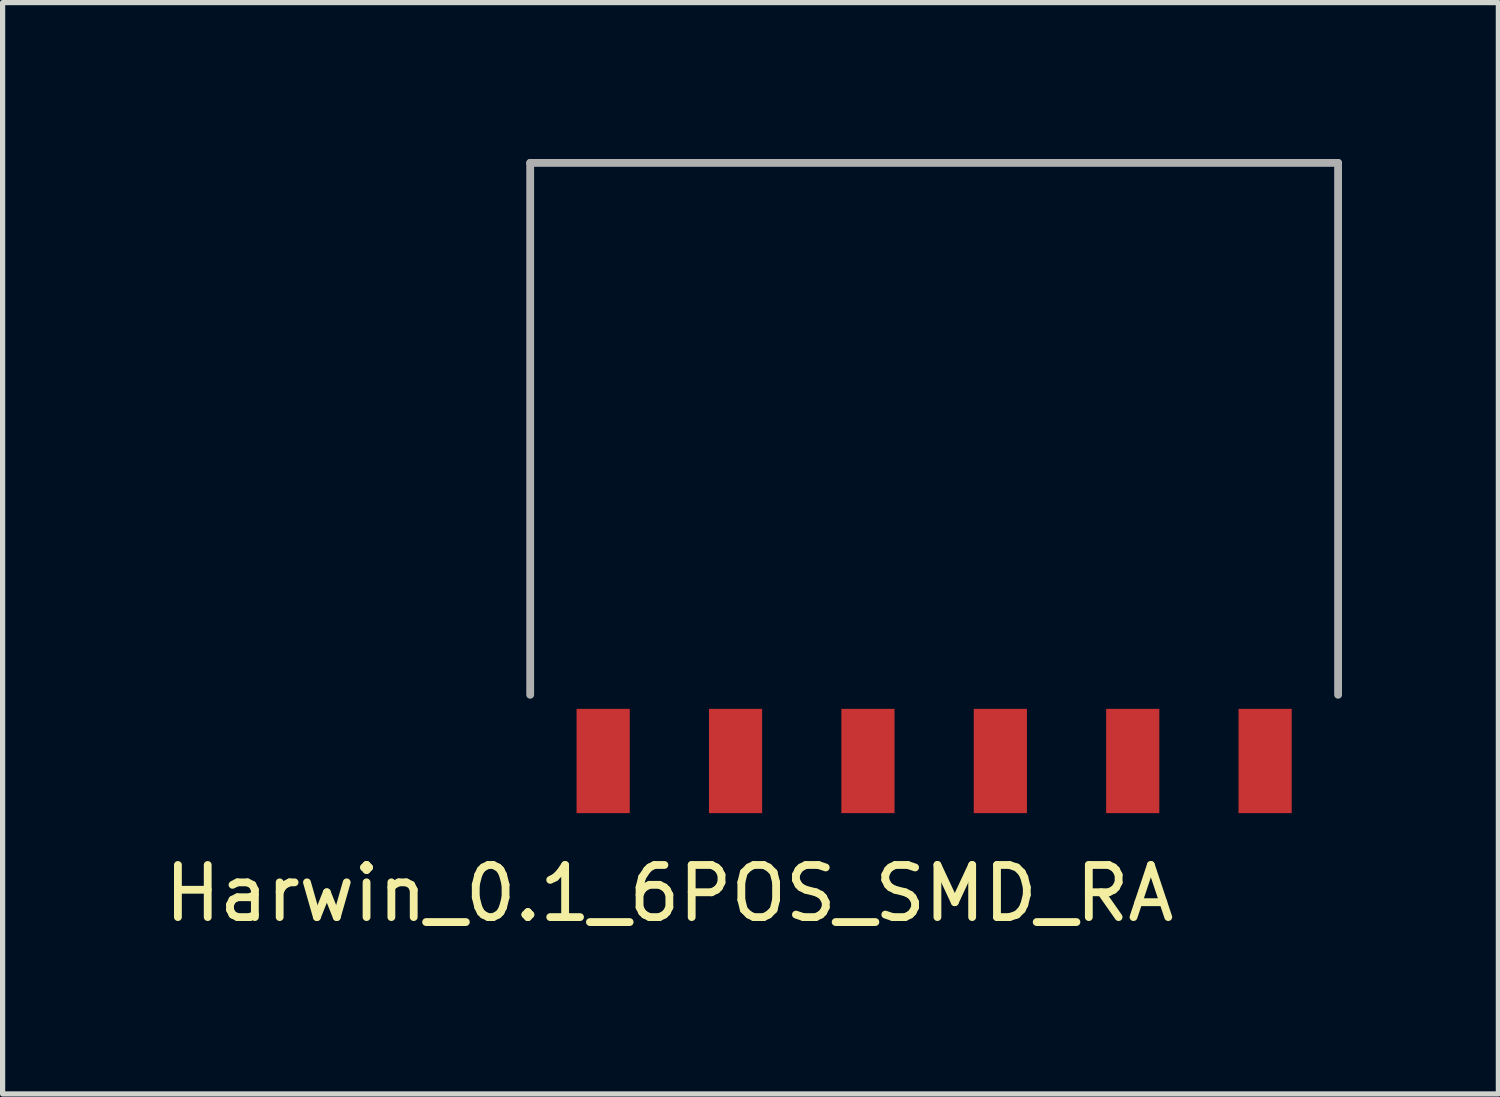
<source format=kicad_pcb>
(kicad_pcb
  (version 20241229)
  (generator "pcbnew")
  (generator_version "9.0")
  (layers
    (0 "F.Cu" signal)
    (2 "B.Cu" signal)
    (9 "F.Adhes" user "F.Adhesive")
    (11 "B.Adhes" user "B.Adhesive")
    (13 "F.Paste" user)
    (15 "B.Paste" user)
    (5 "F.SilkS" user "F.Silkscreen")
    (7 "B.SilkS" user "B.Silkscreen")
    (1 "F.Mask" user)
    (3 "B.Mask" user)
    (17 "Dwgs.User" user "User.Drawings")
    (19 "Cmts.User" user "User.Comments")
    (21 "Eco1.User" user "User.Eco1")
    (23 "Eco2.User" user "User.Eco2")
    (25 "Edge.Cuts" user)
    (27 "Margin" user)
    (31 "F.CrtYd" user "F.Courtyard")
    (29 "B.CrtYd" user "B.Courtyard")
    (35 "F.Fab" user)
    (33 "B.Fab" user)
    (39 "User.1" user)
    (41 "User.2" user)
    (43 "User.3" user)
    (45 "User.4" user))
  (footprint "Harwin_0.1_6POS_SMD_RA"
    (layer "F.Cu")
    (at 14.872 11.55)
    (property "Reference" "Harwin_0.1_6POS_SMD_RA" (at -5.08 2.54 0) (layer "F.SilkS") (effects (font (size 1 1) (thickness 0.15))))
    (attr through_hole)
    (fp_line (start -7.75 -11.475) (end -7.75 -1.27) (stroke (width 0.15) (type solid)) (layer "F.Fab"))
    (fp_line (start 7.75 -11.475) (end -7.75 -11.475) (stroke (width 0.15) (type solid)) (layer "F.Fab"))
    (fp_line (start 7.75 -1.27) (end 7.75 -11.475) (stroke (width 0.15) (type solid)) (layer "F.Fab"))
    (pad "1" smd rect (at -6.35 0) (size 1.02 2) (layers "F.Cu" "F.Mask" "F.Paste"))
    (pad "2" smd rect (at -3.81 0) (size 1.02 2) (layers "F.Cu" "F.Mask" "F.Paste"))
    (pad "3" smd rect (at -1.27 0) (size 1.02 2) (layers "F.Cu" "F.Mask" "F.Paste"))
    (pad "4" smd rect (at 1.27 0) (size 1.02 2) (layers "F.Cu" "F.Mask" "F.Paste"))
    (pad "5" smd rect (at 3.81 0) (size 1.02 2) (layers "F.Cu" "F.Mask" "F.Paste"))
    (pad "6" smd rect (at 6.35 0) (size 1.02 2) (layers "F.Cu" "F.Mask" "F.Paste")))
  (gr_rect
    (start -3 -3)
    (end 25.697 17.938)
    (stroke (width 0.1) (type default))
    (fill no)
    (layer "Edge.Cuts")))
</source>
